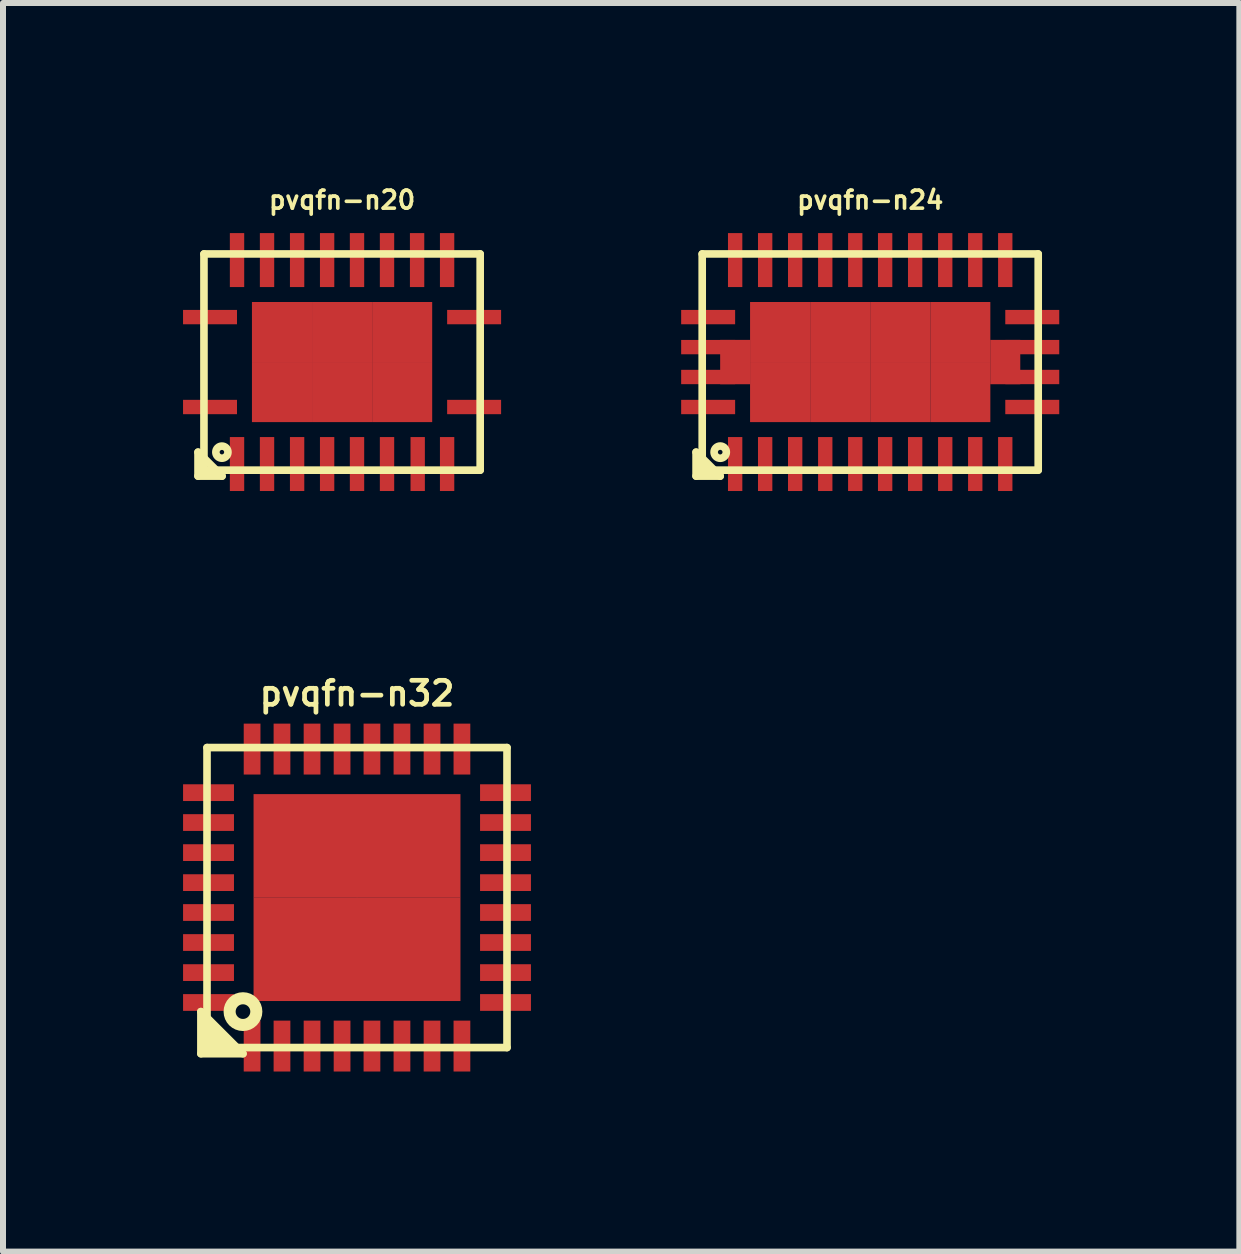
<source format=kicad_pcb>
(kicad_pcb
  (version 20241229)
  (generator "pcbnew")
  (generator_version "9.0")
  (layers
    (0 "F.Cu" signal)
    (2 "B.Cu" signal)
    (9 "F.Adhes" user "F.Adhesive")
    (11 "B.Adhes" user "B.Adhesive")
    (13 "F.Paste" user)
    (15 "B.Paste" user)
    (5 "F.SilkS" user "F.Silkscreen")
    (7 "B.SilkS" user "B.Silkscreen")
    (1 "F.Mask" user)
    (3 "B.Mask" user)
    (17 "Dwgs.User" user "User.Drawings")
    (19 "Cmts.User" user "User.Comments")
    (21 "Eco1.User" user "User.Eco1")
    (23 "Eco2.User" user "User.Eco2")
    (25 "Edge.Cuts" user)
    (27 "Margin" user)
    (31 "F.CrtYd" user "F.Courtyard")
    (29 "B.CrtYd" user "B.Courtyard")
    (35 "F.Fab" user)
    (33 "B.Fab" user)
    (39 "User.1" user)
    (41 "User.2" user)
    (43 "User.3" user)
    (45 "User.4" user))
  (footprint "pvqfn-n32"
    (layer "F.Cu")
    (at 2.898 11.904)
    (property "Reference" "pvqfn-n32" (at 0 -3.401 0) (layer "F.SilkS") (effects (font (size 0.399 0.399) (thickness 0.079))))
    (attr through_hole)
    (fp_line (start -2.601 1.9) (end -2.601 2.601) (stroke (width 0.127) (type solid)) (layer "F.SilkS"))
    (fp_line (start -2.601 2.601) (end -1.9 2.601) (stroke (width 0.127) (type solid)) (layer "F.SilkS"))
    (fp_line (start -2.502 2.2) (end -2.202 2.499) (stroke (width 0.127) (type solid)) (layer "F.SilkS"))
    (fp_line (start -2.499 -2.499) (end 2.499 -2.499) (stroke (width 0.127) (type solid)) (layer "F.SilkS"))
    (fp_line (start -2.499 2.499) (end -2.499 -2.499) (stroke (width 0.127) (type solid)) (layer "F.SilkS"))
    (fp_line (start -2.299 2.499) (end -2.499 2.299) (stroke (width 0.127) (type solid)) (layer "F.SilkS"))
    (fp_line (start -2.103 2.502) (end -2.502 2.103) (stroke (width 0.127) (type solid)) (layer "F.SilkS"))
    (fp_line (start -1.9 2.601) (end -2.601 1.9) (stroke (width 0.127) (type solid)) (layer "F.SilkS"))
    (fp_line (start 2.499 -2.499) (end 2.499 2.499) (stroke (width 0.127) (type solid)) (layer "F.SilkS"))
    (fp_line (start 2.499 2.499) (end -2.499 2.499) (stroke (width 0.127) (type solid)) (layer "F.SilkS"))
    (fp_circle (center -1.9 1.9) (end -1.702 2.002) (stroke (width 0.201) (type solid)) (fill no) (layer "F.SilkS"))
    (pad "1" smd rect (at -1.748 2.474) (size 0.279 0.848) (layers "F.Cu" "F.Mask" "F.Paste"))
    (pad "2" smd rect (at -1.25 2.474) (size 0.279 0.848) (layers "F.Cu" "F.Mask" "F.Paste"))
    (pad "3" smd rect (at -0.749 2.474) (size 0.279 0.848) (layers "F.Cu" "F.Mask" "F.Paste"))
    (pad "4" smd rect (at -0.249 2.474) (size 0.279 0.848) (layers "F.Cu" "F.Mask" "F.Paste"))
    (pad "5" smd rect (at 0.249 2.474) (size 0.279 0.848) (layers "F.Cu" "F.Mask" "F.Paste"))
    (pad "6" smd rect (at 0.749 2.474) (size 0.279 0.848) (layers "F.Cu" "F.Mask" "F.Paste"))
    (pad "7" smd rect (at 1.25 2.474) (size 0.279 0.848) (layers "F.Cu" "F.Mask" "F.Paste"))
    (pad "8" smd rect (at 1.748 2.474) (size 0.279 0.848) (layers "F.Cu" "F.Mask" "F.Paste"))
    (pad "9" smd rect (at 2.474 1.748) (size 0.848 0.279) (layers "F.Cu" "F.Mask" "F.Paste"))
    (pad "10" smd rect (at 2.474 1.25) (size 0.848 0.279) (layers "F.Cu" "F.Mask" "F.Paste"))
    (pad "11" smd rect (at 2.474 0.749) (size 0.848 0.279) (layers "F.Cu" "F.Mask" "F.Paste"))
    (pad "12" smd rect (at 2.474 0.249) (size 0.848 0.279) (layers "F.Cu" "F.Mask" "F.Paste"))
    (pad "13" smd rect (at 2.474 -0.249) (size 0.848 0.279) (layers "F.Cu" "F.Mask" "F.Paste"))
    (pad "14" smd rect (at 2.474 -0.749) (size 0.848 0.279) (layers "F.Cu" "F.Mask" "F.Paste"))
    (pad "15" smd rect (at 2.474 -1.25) (size 0.848 0.279) (layers "F.Cu" "F.Mask" "F.Paste"))
    (pad "16" smd rect (at 2.474 -1.748) (size 0.848 0.279) (layers "F.Cu" "F.Mask" "F.Paste"))
    (pad "17" smd rect (at 1.748 -2.474) (size 0.279 0.848) (layers "F.Cu" "F.Mask" "F.Paste"))
    (pad "18" smd rect (at 1.25 -2.474) (size 0.279 0.848) (layers "F.Cu" "F.Mask" "F.Paste"))
    (pad "19" smd rect (at 0.749 -2.474) (size 0.279 0.848) (layers "F.Cu" "F.Mask" "F.Paste"))
    (pad "20" smd rect (at 0.249 -2.474) (size 0.279 0.848) (layers "F.Cu" "F.Mask" "F.Paste"))
    (pad "21" smd rect (at -0.249 -2.474) (size 0.279 0.848) (layers "F.Cu" "F.Mask" "F.Paste"))
    (pad "22" smd rect (at -0.749 -2.474) (size 0.279 0.848) (layers "F.Cu" "F.Mask" "F.Paste"))
    (pad "23" smd rect (at -1.25 -2.474) (size 0.279 0.848) (layers "F.Cu" "F.Mask" "F.Paste"))
    (pad "24" smd rect (at -1.748 -2.474) (size 0.279 0.848) (layers "F.Cu" "F.Mask" "F.Paste"))
    (pad "25" smd rect (at -2.474 -1.748) (size 0.848 0.279) (layers "F.Cu" "F.Mask" "F.Paste"))
    (pad "26" smd rect (at -2.474 -1.25) (size 0.848 0.279) (layers "F.Cu" "F.Mask" "F.Paste"))
    (pad "27" smd rect (at -2.474 -0.749) (size 0.848 0.279) (layers "F.Cu" "F.Mask" "F.Paste"))
    (pad "28" smd rect (at -2.474 -0.249) (size 0.848 0.279) (layers "F.Cu" "F.Mask" "F.Paste"))
    (pad "29" smd rect (at -2.474 0.249) (size 0.848 0.279) (layers "F.Cu" "F.Mask" "F.Paste"))
    (pad "30" smd rect (at -2.474 0.749) (size 0.848 0.279) (layers "F.Cu" "F.Mask" "F.Paste"))
    (pad "31" smd rect (at -2.474 1.25) (size 0.848 0.279) (layers "F.Cu" "F.Mask" "F.Paste"))
    (pad "32" smd rect (at -2.474 1.748) (size 0.848 0.279) (layers "F.Cu" "F.Mask" "F.Paste"))
    (pad "33" smd rect (at -0.861 -0.861) (size 1.725 1.725) (layers "F.Cu" "F.Mask" "F.Paste"))
    (pad "33" smd rect (at -0.861 0.861) (size 1.725 1.725) (layers "F.Cu" "F.Mask" "F.Paste"))
    (pad "33" smd rect (at 0.861 -0.861) (size 1.725 1.725) (layers "F.Cu" "F.Mask" "F.Paste"))
    (pad "33" smd rect (at 0.861 0.861) (size 1.725 1.725) (layers "F.Cu" "F.Mask" "F.Paste")))
  (footprint "pvqfn-n24"
    (layer "F.Cu")
    (at 11.448 2.982)
    (property "Reference" "pvqfn-n24" (at 0 -2.7 0) (layer "F.SilkS") (effects (font (size 0.3 0.3) (thickness 0.061))))
    (attr through_hole)
    (fp_line (start -2.901 1.501) (end -2.901 1.9) (stroke (width 0.127) (type solid)) (layer "F.SilkS"))
    (fp_line (start -2.901 1.9) (end -2.499 1.9) (stroke (width 0.127) (type solid)) (layer "F.SilkS"))
    (fp_line (start -2.799 -1.801) (end 2.799 -1.801) (stroke (width 0.127) (type solid)) (layer "F.SilkS"))
    (fp_line (start -2.799 1.801) (end -2.799 -1.801) (stroke (width 0.127) (type solid)) (layer "F.SilkS"))
    (fp_line (start -2.499 1.9) (end -2.901 1.501) (stroke (width 0.127) (type solid)) (layer "F.SilkS"))
    (fp_line (start 2.799 -1.801) (end 2.799 1.801) (stroke (width 0.127) (type solid)) (layer "F.SilkS"))
    (fp_line (start 2.799 1.801) (end -2.799 1.801) (stroke (width 0.127) (type solid)) (layer "F.SilkS"))
    (fp_circle (center -2.499 1.501) (end -2.601 1.501) (stroke (width 0.127) (type solid)) (fill no) (layer "F.SilkS"))
    (pad "1" smd rect (at -2.7 0.749) (size 0.899 0.239) (layers "F.Cu" "F.Mask" "F.Paste"))
    (pad "2" smd rect (at -2.25 1.699) (size 0.239 0.899) (layers "F.Cu" "F.Mask" "F.Paste"))
    (pad "3" smd rect (at -1.75 1.699) (size 0.239 0.899) (layers "F.Cu" "F.Mask" "F.Paste"))
    (pad "4" smd rect (at -1.25 1.699) (size 0.239 0.899) (layers "F.Cu" "F.Mask" "F.Paste"))
    (pad "5" smd rect (at -0.749 1.699) (size 0.239 0.899) (layers "F.Cu" "F.Mask" "F.Paste"))
    (pad "6" smd rect (at -0.249 1.699) (size 0.239 0.899) (layers "F.Cu" "F.Mask" "F.Paste"))
    (pad "7" smd rect (at 0.249 1.699) (size 0.239 0.899) (layers "F.Cu" "F.Mask" "F.Paste"))
    (pad "8" smd rect (at 0.749 1.699) (size 0.239 0.899) (layers "F.Cu" "F.Mask" "F.Paste"))
    (pad "9" smd rect (at 1.25 1.699) (size 0.239 0.899) (layers "F.Cu" "F.Mask" "F.Paste"))
    (pad "10" smd rect (at 1.75 1.699) (size 0.239 0.899) (layers "F.Cu" "F.Mask" "F.Paste"))
    (pad "11" smd rect (at 2.25 1.699) (size 0.239 0.899) (layers "F.Cu" "F.Mask" "F.Paste"))
    (pad "12" smd rect (at 2.7 0.749) (size 0.899 0.239) (layers "F.Cu" "F.Mask" "F.Paste"))
    (pad "13" smd rect (at 2.7 -0.749) (size 0.899 0.239) (layers "F.Cu" "F.Mask" "F.Paste"))
    (pad "14" smd rect (at 2.25 -1.699) (size 0.239 0.899) (layers "F.Cu" "F.Mask" "F.Paste"))
    (pad "15" smd rect (at 1.75 -1.699) (size 0.239 0.899) (layers "F.Cu" "F.Mask" "F.Paste"))
    (pad "16" smd rect (at 1.25 -1.699) (size 0.239 0.899) (layers "F.Cu" "F.Mask" "F.Paste"))
    (pad "17" smd rect (at 0.749 -1.699) (size 0.239 0.899) (layers "F.Cu" "F.Mask" "F.Paste"))
    (pad "18" smd rect (at 0.249 -1.699) (size 0.239 0.899) (layers "F.Cu" "F.Mask" "F.Paste"))
    (pad "19" smd rect (at -0.249 -1.699) (size 0.239 0.899) (layers "F.Cu" "F.Mask" "F.Paste"))
    (pad "20" smd rect (at -0.749 -1.699) (size 0.239 0.899) (layers "F.Cu" "F.Mask" "F.Paste"))
    (pad "21" smd rect (at -1.25 -1.699) (size 0.239 0.899) (layers "F.Cu" "F.Mask" "F.Paste"))
    (pad "22" smd rect (at -1.75 -1.699) (size 0.239 0.899) (layers "F.Cu" "F.Mask" "F.Paste"))
    (pad "23" smd rect (at -2.25 -1.699) (size 0.239 0.899) (layers "F.Cu" "F.Mask" "F.Paste"))
    (pad "24" smd rect (at -2.7 -0.749) (size 0.899 0.239) (layers "F.Cu" "F.Mask" "F.Paste"))
    (pad "25" smd rect (at -2.7 -0.249) (size 0.899 0.239) (layers "F.Cu" "F.Mask" "F.Paste"))
    (pad "25" smd rect (at -2.7 0.249) (size 0.899 0.239) (layers "F.Cu" "F.Mask" "F.Paste"))
    (pad "25" smd rect (at -2.25 0) (size 0.5 0.739) (layers "F.Cu" "F.Mask" "F.Paste"))
    (pad "25" smd rect (at -1.501 -0.5) (size 1.001 1.001) (layers "F.Cu" "F.Mask" "F.Paste"))
    (pad "25" smd rect (at -1.501 0.5) (size 1.001 1.001) (layers "F.Cu" "F.Mask" "F.Paste"))
    (pad "25" smd rect (at -0.5 -0.5) (size 1.001 1.001) (layers "F.Cu" "F.Mask" "F.Paste"))
    (pad "25" smd rect (at -0.5 0.5) (size 1.001 1.001) (layers "F.Cu" "F.Mask" "F.Paste"))
    (pad "25" smd rect (at 0.5 -0.5) (size 1.001 1.001) (layers "F.Cu" "F.Mask" "F.Paste"))
    (pad "25" smd rect (at 0.5 0.5) (size 1.001 1.001) (layers "F.Cu" "F.Mask" "F.Paste"))
    (pad "25" smd rect (at 1.501 -0.5) (size 1.001 1.001) (layers "F.Cu" "F.Mask" "F.Paste"))
    (pad "25" smd rect (at 1.501 0.5) (size 1.001 1.001) (layers "F.Cu" "F.Mask" "F.Paste"))
    (pad "25" smd rect (at 2.25 0) (size 0.5 0.739) (layers "F.Cu" "F.Mask" "F.Paste"))
    (pad "25" smd rect (at 2.7 -0.249) (size 0.899 0.239) (layers "F.Cu" "F.Mask" "F.Paste"))
    (pad "25" smd rect (at 2.7 0.249) (size 0.899 0.239) (layers "F.Cu" "F.Mask" "F.Paste")))
  (footprint "pvqfn-n20"
    (layer "F.Cu")
    (at 2.649 2.982)
    (property "Reference" "pvqfn-n20" (at 0 -2.7 0) (layer "F.SilkS") (effects (font (size 0.3 0.3) (thickness 0.061))))
    (attr through_hole)
    (fp_line (start -2.4 1.501) (end -2.4 1.9) (stroke (width 0.127) (type solid)) (layer "F.SilkS"))
    (fp_line (start -2.4 1.9) (end -1.999 1.9) (stroke (width 0.127) (type solid)) (layer "F.SilkS"))
    (fp_line (start -2.301 -1.801) (end 2.301 -1.801) (stroke (width 0.127) (type solid)) (layer "F.SilkS"))
    (fp_line (start -2.301 1.801) (end -2.301 -1.801) (stroke (width 0.127) (type solid)) (layer "F.SilkS"))
    (fp_line (start -1.999 1.9) (end -2.4 1.501) (stroke (width 0.127) (type solid)) (layer "F.SilkS"))
    (fp_line (start 2.301 -1.801) (end 2.301 1.801) (stroke (width 0.127) (type solid)) (layer "F.SilkS"))
    (fp_line (start 2.301 1.801) (end -2.301 1.801) (stroke (width 0.127) (type solid)) (layer "F.SilkS"))
    (fp_circle (center -2.002 1.501) (end -2.103 1.501) (stroke (width 0.127) (type solid)) (fill no) (layer "F.SilkS"))
    (pad "1" smd rect (at -2.2 0.749) (size 0.899 0.239) (layers "F.Cu" "F.Mask" "F.Paste"))
    (pad "2" smd rect (at -1.75 1.699) (size 0.239 0.899) (layers "F.Cu" "F.Mask" "F.Paste"))
    (pad "3" smd rect (at -1.25 1.699) (size 0.239 0.899) (layers "F.Cu" "F.Mask" "F.Paste"))
    (pad "4" smd rect (at -0.749 1.699) (size 0.239 0.899) (layers "F.Cu" "F.Mask" "F.Paste"))
    (pad "5" smd rect (at -0.249 1.699) (size 0.239 0.899) (layers "F.Cu" "F.Mask" "F.Paste"))
    (pad "6" smd rect (at 0.249 1.699) (size 0.239 0.899) (layers "F.Cu" "F.Mask" "F.Paste"))
    (pad "7" smd rect (at 0.749 1.699) (size 0.239 0.899) (layers "F.Cu" "F.Mask" "F.Paste"))
    (pad "8" smd rect (at 1.26 1.699) (size 0.239 0.899) (layers "F.Cu" "F.Mask" "F.Paste"))
    (pad "9" smd rect (at 1.75 1.699) (size 0.239 0.899) (layers "F.Cu" "F.Mask" "F.Paste"))
    (pad "10" smd rect (at 2.2 0.749) (size 0.899 0.239) (layers "F.Cu" "F.Mask" "F.Paste"))
    (pad "11" smd rect (at 2.2 -0.749) (size 0.899 0.239) (layers "F.Cu" "F.Mask" "F.Paste"))
    (pad "12" smd rect (at 1.75 -1.699) (size 0.239 0.899) (layers "F.Cu" "F.Mask" "F.Paste"))
    (pad "13" smd rect (at 1.25 -1.699) (size 0.239 0.899) (layers "F.Cu" "F.Mask" "F.Paste"))
    (pad "14" smd rect (at 0.749 -1.699) (size 0.239 0.899) (layers "F.Cu" "F.Mask" "F.Paste"))
    (pad "15" smd rect (at 0.249 -1.699) (size 0.239 0.899) (layers "F.Cu" "F.Mask" "F.Paste"))
    (pad "16" smd rect (at -0.249 -1.699) (size 0.239 0.899) (layers "F.Cu" "F.Mask" "F.Paste"))
    (pad "17" smd rect (at -0.749 -1.699) (size 0.239 0.899) (layers "F.Cu" "F.Mask" "F.Paste"))
    (pad "18" smd rect (at -1.25 -1.699) (size 0.239 0.899) (layers "F.Cu" "F.Mask" "F.Paste"))
    (pad "19" smd rect (at -1.75 -1.699) (size 0.239 0.899) (layers "F.Cu" "F.Mask" "F.Paste"))
    (pad "20" smd rect (at -2.2 -0.749) (size 0.899 0.239) (layers "F.Cu" "F.Mask" "F.Paste"))
    (pad "21" smd rect (at -1.001 -0.5) (size 1.001 1.001) (layers "F.Cu" "F.Mask" "F.Paste"))
    (pad "21" smd rect (at -1.001 0.5) (size 1.001 1.001) (layers "F.Cu" "F.Mask" "F.Paste"))
    (pad "21" smd rect (at 0 -0.5) (size 1.001 1.001) (layers "F.Cu" "F.Mask" "F.Paste"))
    (pad "21" smd rect (at 0 0.5) (size 1.001 1.001) (layers "F.Cu" "F.Mask" "F.Paste"))
    (pad "21" smd rect (at 1.001 -0.5) (size 1.001 1.001) (layers "F.Cu" "F.Mask" "F.Paste"))
    (pad "21" smd rect (at 1.001 0.5) (size 1.001 1.001) (layers "F.Cu" "F.Mask" "F.Paste")))
  (gr_rect
    (start -3 -3)
    (end 17.598 17.802)
    (stroke (width 0.1) (type default))
    (fill no)
    (layer "Edge.Cuts")))
</source>
